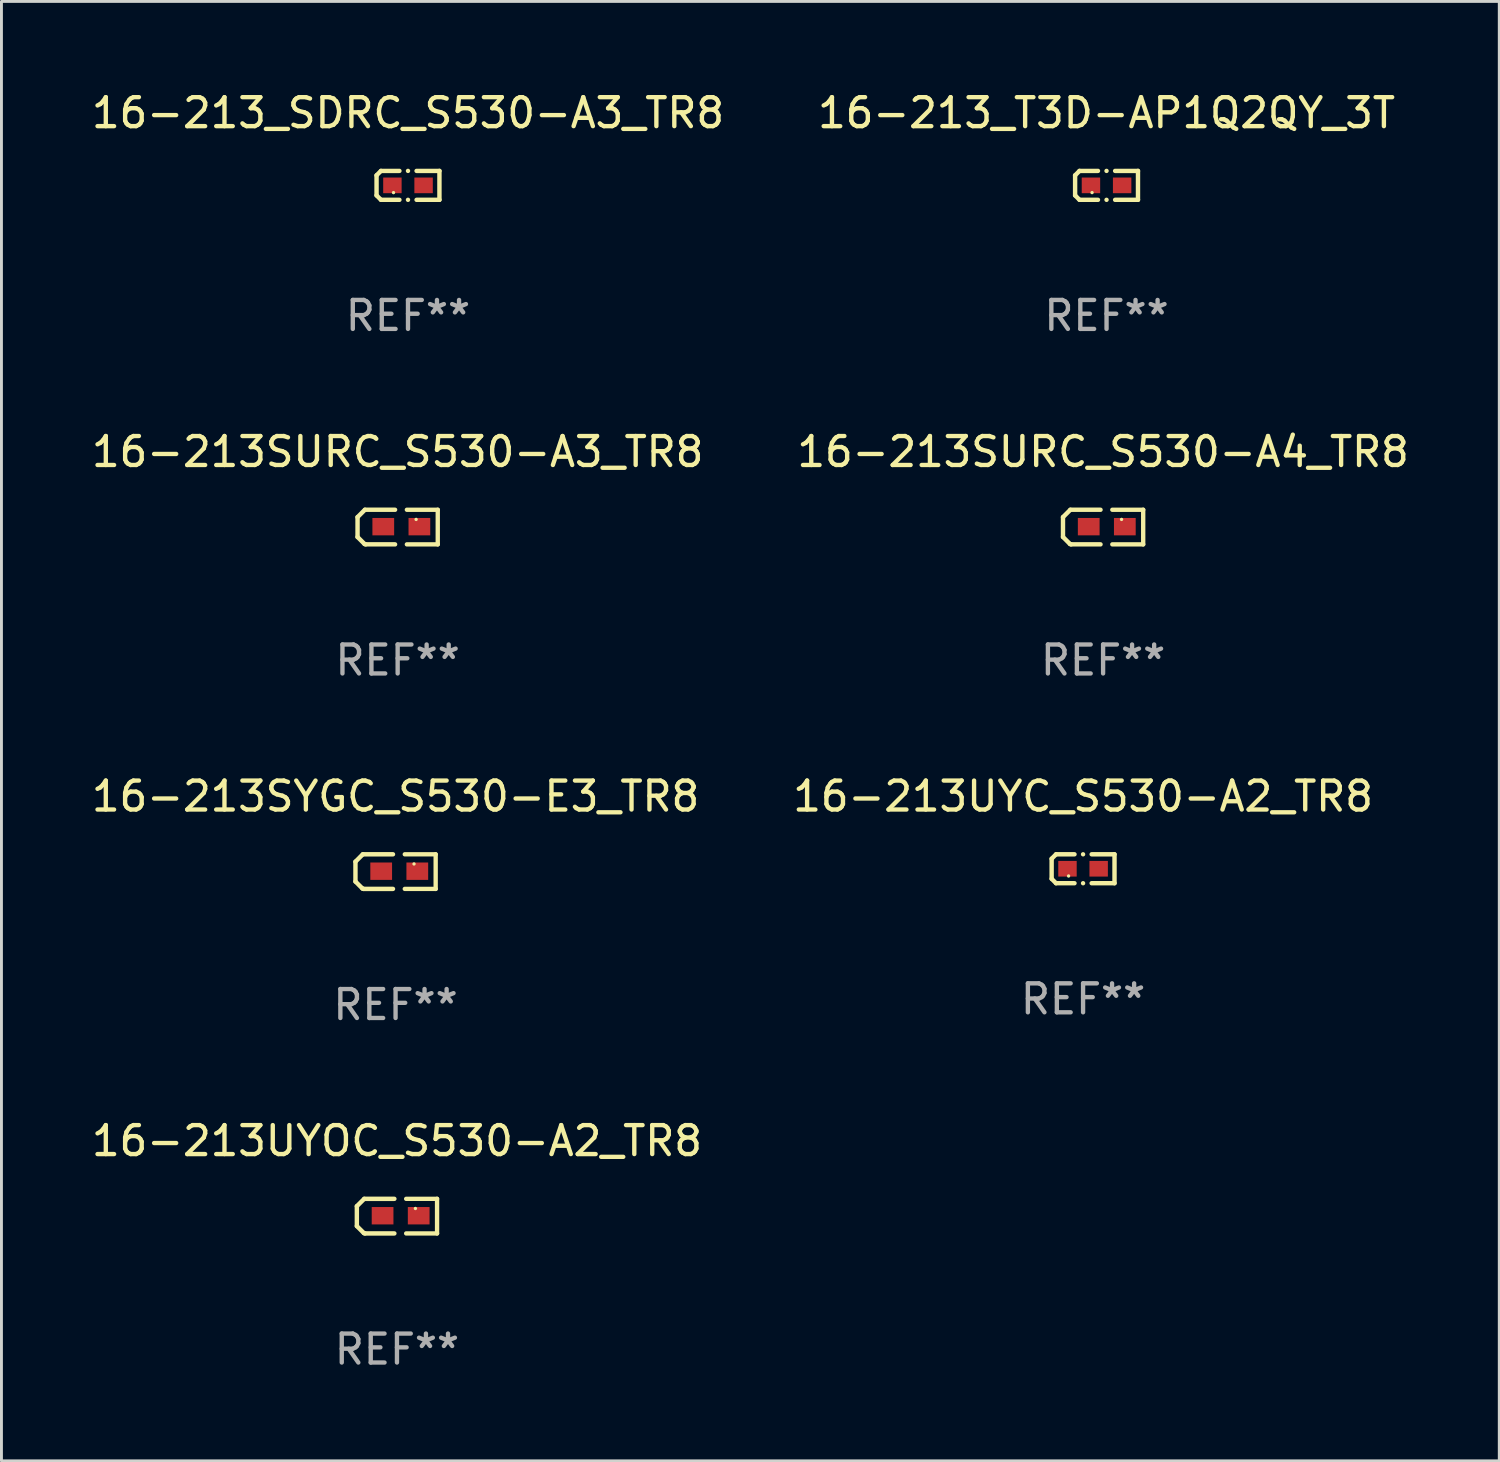
<source format=kicad_pcb>
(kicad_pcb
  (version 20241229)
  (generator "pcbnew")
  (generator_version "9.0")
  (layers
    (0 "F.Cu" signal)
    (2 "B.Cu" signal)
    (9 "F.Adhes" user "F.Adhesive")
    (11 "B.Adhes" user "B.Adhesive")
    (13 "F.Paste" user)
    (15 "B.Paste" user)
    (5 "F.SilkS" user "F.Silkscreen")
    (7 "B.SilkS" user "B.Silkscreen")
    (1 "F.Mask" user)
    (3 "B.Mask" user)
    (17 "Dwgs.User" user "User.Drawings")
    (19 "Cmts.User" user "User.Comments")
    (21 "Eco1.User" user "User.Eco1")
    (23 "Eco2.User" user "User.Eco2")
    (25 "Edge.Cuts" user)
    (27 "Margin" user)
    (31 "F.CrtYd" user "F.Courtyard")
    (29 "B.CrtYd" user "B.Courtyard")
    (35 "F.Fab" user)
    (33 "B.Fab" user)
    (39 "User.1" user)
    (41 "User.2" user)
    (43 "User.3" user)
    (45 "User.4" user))
  (footprint "16-213UYOC_S530-A2_TR8"
    (layer "F.Cu")
    (at 10.649 38.919)
    (property "Reference" "16-213UYOC_S530-A2_TR8" (at 0 -2.597 0) (layer "F.SilkS") (effects (font (size 1 1) (thickness 0.15))))
    (attr through_hole)
    (fp_line (start -1.384 -0.343) (end -1.13 -0.597) (stroke (width 0.152) (type solid)) (layer "F.SilkS"))
    (fp_line (start -1.384 0.343) (end -1.384 -0.343) (stroke (width 0.152) (type solid)) (layer "F.SilkS"))
    (fp_line (start -1.143 0.584) (end -1.384 0.343) (stroke (width 0.152) (type solid)) (layer "F.SilkS"))
    (fp_line (start -1.13 -0.597) (end -0.089 -0.597) (stroke (width 0.152) (type solid)) (layer "F.SilkS"))
    (fp_line (start -1.105 0.597) (end -1.143 0.584) (stroke (width 0.152) (type solid)) (layer "F.SilkS"))
    (fp_line (start -1.105 0.597) (end -0.089 0.597) (stroke (width 0.152) (type solid)) (layer "F.SilkS"))
    (fp_line (start 0.318 0.597) (end 1.384 0.597) (stroke (width 0.15) (type solid)) (layer "F.SilkS"))
    (fp_line (start 1.384 -0.597) (end 0.318 -0.597) (stroke (width 0.15) (type solid)) (layer "F.SilkS"))
    (fp_line (start 1.384 0.597) (end 1.384 -0.597) (stroke (width 0.15) (type solid)) (layer "F.SilkS"))
    (fp_circle (center 0.637 -0.264) (end 0.667 -0.264) (stroke (width 0.06) (type solid)) (fill no) (layer "F.SilkS"))
    (fp_text user "REF**" (at 0 4.597 0) (layer "F.Fab") (effects (font (size 1 1) (thickness 0.15))))
    (pad "1" smd rect (at 0.75 -0.014) (size 0.75 0.6) (layers "F.Cu" "F.Mask" "F.Paste"))
    (pad "2" smd rect (at -0.496 -0.014) (size 0.75 0.6) (layers "F.Cu" "F.Mask" "F.Paste")))
  (footprint "16-213SYGC_S530-E3_TR8"
    (layer "F.Cu")
    (at 10.601 27.029)
    (property "Reference" "16-213SYGC_S530-E3_TR8" (at 0 -2.597 0) (layer "F.SilkS") (effects (font (size 1 1) (thickness 0.15))))
    (attr through_hole)
    (fp_line (start -1.384 -0.343) (end -1.13 -0.597) (stroke (width 0.152) (type solid)) (layer "F.SilkS"))
    (fp_line (start -1.384 0.343) (end -1.384 -0.343) (stroke (width 0.152) (type solid)) (layer "F.SilkS"))
    (fp_line (start -1.143 0.584) (end -1.384 0.343) (stroke (width 0.152) (type solid)) (layer "F.SilkS"))
    (fp_line (start -1.13 -0.597) (end -0.089 -0.597) (stroke (width 0.152) (type solid)) (layer "F.SilkS"))
    (fp_line (start -1.105 0.597) (end -1.143 0.584) (stroke (width 0.152) (type solid)) (layer "F.SilkS"))
    (fp_line (start -1.105 0.597) (end -0.089 0.597) (stroke (width 0.152) (type solid)) (layer "F.SilkS"))
    (fp_line (start 0.318 0.597) (end 1.384 0.597) (stroke (width 0.15) (type solid)) (layer "F.SilkS"))
    (fp_line (start 1.384 -0.597) (end 0.318 -0.597) (stroke (width 0.15) (type solid)) (layer "F.SilkS"))
    (fp_line (start 1.384 0.597) (end 1.384 -0.597) (stroke (width 0.15) (type solid)) (layer "F.SilkS"))
    (fp_circle (center 0.637 -0.264) (end 0.667 -0.264) (stroke (width 0.06) (type solid)) (fill no) (layer "F.SilkS"))
    (fp_text user "REF**" (at 0 4.597 0) (layer "F.Fab") (effects (font (size 1 1) (thickness 0.15))))
    (pad "1" smd rect (at 0.75 -0.014) (size 0.75 0.6) (layers "F.Cu" "F.Mask" "F.Paste"))
    (pad "2" smd rect (at -0.496 -0.014) (size 0.75 0.6) (layers "F.Cu" "F.Mask" "F.Paste")))
  (footprint "16-213_SDRC_S530-A3_TR8"
    (layer "F.Cu")
    (at 11.03 3.347)
    (property "Reference" "16-213_SDRC_S530-A3_TR8" (at 0 -2.499 0) (layer "F.SilkS") (effects (font (size 1 1) (thickness 0.15))))
    (attr through_hole)
    (fp_line (start -1.085 -0.346) (end -0.933 -0.499) (stroke (width 0.152) (type solid)) (layer "F.SilkS"))
    (fp_line (start -1.085 0.346) (end -1.085 -0.346) (stroke (width 0.152) (type solid)) (layer "F.SilkS"))
    (fp_line (start -0.933 -0.499) (end -0.296 -0.499) (stroke (width 0.152) (type solid)) (layer "F.SilkS"))
    (fp_line (start -0.933 0.499) (end -1.085 0.346) (stroke (width 0.152) (type solid)) (layer "F.SilkS"))
    (fp_line (start -0.296 0.499) (end -0.933 0.499) (stroke (width 0.152) (type solid)) (layer "F.SilkS"))
    (fp_line (start 0.296 0.499) (end 1.085 0.499) (stroke (width 0.152) (type solid)) (layer "F.SilkS"))
    (fp_line (start 1.085 -0.499) (end 0.296 -0.499) (stroke (width 0.152) (type solid)) (layer "F.SilkS"))
    (fp_line (start 1.085 0.499) (end 1.085 -0.499) (stroke (width 0.152) (type solid)) (layer "F.SilkS"))
    (fp_circle (center -0.5 0.25) (end -0.47 0.25) (stroke (width 0.06) (type solid)) (fill no) (layer "F.SilkS"))
    (fp_circle (center 0 -0.499) (end 0.038 -0.499) (stroke (width 0.076) (type solid)) (fill no) (layer "F.SilkS"))
    (fp_circle (center 0 0.499) (end 0.038 0.499) (stroke (width 0.076) (type solid)) (fill no) (layer "F.SilkS"))
    (fp_text user "REF**" (at 0 4.499 0) (layer "F.Fab") (effects (font (size 1 1) (thickness 0.15))))
    (pad "1" smd rect (at -0.538 0) (size 0.636 0.54) (layers "F.Cu" "F.Mask" "F.Paste"))
    (pad "2" smd rect (at 0.538 0) (size 0.636 0.54) (layers "F.Cu" "F.Mask" "F.Paste")))
  (footprint "16-213_T3D-AP1Q2QY_3T"
    (layer "F.Cu")
    (at 35.137 3.347)
    (property "Reference" "16-213_T3D-AP1Q2QY_3T" (at 0 -2.499 0) (layer "F.SilkS") (effects (font (size 1 1) (thickness 0.15))))
    (attr through_hole)
    (fp_line (start -1.085 -0.346) (end -0.933 -0.499) (stroke (width 0.152) (type solid)) (layer "F.SilkS"))
    (fp_line (start -1.085 0.346) (end -1.085 -0.346) (stroke (width 0.152) (type solid)) (layer "F.SilkS"))
    (fp_line (start -0.933 -0.499) (end -0.296 -0.499) (stroke (width 0.152) (type solid)) (layer "F.SilkS"))
    (fp_line (start -0.933 0.499) (end -1.085 0.346) (stroke (width 0.152) (type solid)) (layer "F.SilkS"))
    (fp_line (start -0.296 0.499) (end -0.933 0.499) (stroke (width 0.152) (type solid)) (layer "F.SilkS"))
    (fp_line (start 0.296 0.499) (end 1.085 0.499) (stroke (width 0.152) (type solid)) (layer "F.SilkS"))
    (fp_line (start 1.085 -0.499) (end 0.296 -0.499) (stroke (width 0.152) (type solid)) (layer "F.SilkS"))
    (fp_line (start 1.085 0.499) (end 1.085 -0.499) (stroke (width 0.152) (type solid)) (layer "F.SilkS"))
    (fp_circle (center -0.5 0.25) (end -0.47 0.25) (stroke (width 0.06) (type solid)) (fill no) (layer "F.SilkS"))
    (fp_circle (center 0 -0.499) (end 0.038 -0.499) (stroke (width 0.076) (type solid)) (fill no) (layer "F.SilkS"))
    (fp_circle (center 0 0.499) (end 0.038 0.499) (stroke (width 0.076) (type solid)) (fill no) (layer "F.SilkS"))
    (fp_text user "REF**" (at 0 4.499 0) (layer "F.Fab") (effects (font (size 1 1) (thickness 0.15))))
    (pad "1" smd rect (at -0.538 0) (size 0.636 0.54) (layers "F.Cu" "F.Mask" "F.Paste"))
    (pad "2" smd rect (at 0.538 0) (size 0.636 0.54) (layers "F.Cu" "F.Mask" "F.Paste")))
  (footprint "16-213SURC_S530-A4_TR8"
    (layer "F.Cu")
    (at 35.018 15.139)
    (property "Reference" "16-213SURC_S530-A4_TR8" (at 0 -2.597 0) (layer "F.SilkS") (effects (font (size 1 1) (thickness 0.15))))
    (attr through_hole)
    (fp_line (start -1.384 -0.343) (end -1.13 -0.597) (stroke (width 0.152) (type solid)) (layer "F.SilkS"))
    (fp_line (start -1.384 0.343) (end -1.384 -0.343) (stroke (width 0.152) (type solid)) (layer "F.SilkS"))
    (fp_line (start -1.143 0.584) (end -1.384 0.343) (stroke (width 0.152) (type solid)) (layer "F.SilkS"))
    (fp_line (start -1.13 -0.597) (end -0.089 -0.597) (stroke (width 0.152) (type solid)) (layer "F.SilkS"))
    (fp_line (start -1.105 0.597) (end -1.143 0.584) (stroke (width 0.152) (type solid)) (layer "F.SilkS"))
    (fp_line (start -1.105 0.597) (end -0.089 0.597) (stroke (width 0.152) (type solid)) (layer "F.SilkS"))
    (fp_line (start 0.318 0.597) (end 1.384 0.597) (stroke (width 0.15) (type solid)) (layer "F.SilkS"))
    (fp_line (start 1.384 -0.597) (end 0.318 -0.597) (stroke (width 0.15) (type solid)) (layer "F.SilkS"))
    (fp_line (start 1.384 0.597) (end 1.384 -0.597) (stroke (width 0.15) (type solid)) (layer "F.SilkS"))
    (fp_circle (center 0.637 -0.264) (end 0.667 -0.264) (stroke (width 0.06) (type solid)) (fill no) (layer "F.SilkS"))
    (fp_text user "REF**" (at 0 4.597 0) (layer "F.Fab") (effects (font (size 1 1) (thickness 0.15))))
    (pad "1" smd rect (at 0.75 -0.014) (size 0.75 0.6) (layers "F.Cu" "F.Mask" "F.Paste"))
    (pad "2" smd rect (at -0.496 -0.014) (size 0.75 0.6) (layers "F.Cu" "F.Mask" "F.Paste")))
  (footprint "16-213UYC_S530-A2_TR8"
    (layer "F.Cu")
    (at 34.327 26.931)
    (property "Reference" "16-213UYC_S530-A2_TR8" (at 0 -2.499 0) (layer "F.SilkS") (effects (font (size 1 1) (thickness 0.15))))
    (attr through_hole)
    (fp_line (start -1.085 -0.346) (end -0.933 -0.499) (stroke (width 0.152) (type solid)) (layer "F.SilkS"))
    (fp_line (start -1.085 0.346) (end -1.085 -0.346) (stroke (width 0.152) (type solid)) (layer "F.SilkS"))
    (fp_line (start -0.933 -0.499) (end -0.296 -0.499) (stroke (width 0.152) (type solid)) (layer "F.SilkS"))
    (fp_line (start -0.933 0.499) (end -1.085 0.346) (stroke (width 0.152) (type solid)) (layer "F.SilkS"))
    (fp_line (start -0.296 0.499) (end -0.933 0.499) (stroke (width 0.152) (type solid)) (layer "F.SilkS"))
    (fp_line (start 0.296 0.499) (end 1.085 0.499) (stroke (width 0.152) (type solid)) (layer "F.SilkS"))
    (fp_line (start 1.085 -0.499) (end 0.296 -0.499) (stroke (width 0.152) (type solid)) (layer "F.SilkS"))
    (fp_line (start 1.085 0.499) (end 1.085 -0.499) (stroke (width 0.152) (type solid)) (layer "F.SilkS"))
    (fp_circle (center -0.5 0.25) (end -0.47 0.25) (stroke (width 0.06) (type solid)) (fill no) (layer "F.SilkS"))
    (fp_circle (center 0 -0.499) (end 0.038 -0.499) (stroke (width 0.076) (type solid)) (fill no) (layer "F.SilkS"))
    (fp_circle (center 0 0.499) (end 0.038 0.499) (stroke (width 0.076) (type solid)) (fill no) (layer "F.SilkS"))
    (fp_text user "REF**" (at 0 4.499 0) (layer "F.Fab") (effects (font (size 1 1) (thickness 0.15))))
    (pad "1" smd rect (at -0.538 0) (size 0.636 0.54) (layers "F.Cu" "F.Mask" "F.Paste"))
    (pad "2" smd rect (at 0.538 0) (size 0.636 0.54) (layers "F.Cu" "F.Mask" "F.Paste")))
  (footprint "16-213SURC_S530-A3_TR8"
    (layer "F.Cu")
    (at 10.673 15.139)
    (property "Reference" "16-213SURC_S530-A3_TR8" (at 0 -2.597 0) (layer "F.SilkS") (effects (font (size 1 1) (thickness 0.15))))
    (attr through_hole)
    (fp_line (start -1.384 -0.343) (end -1.13 -0.597) (stroke (width 0.152) (type solid)) (layer "F.SilkS"))
    (fp_line (start -1.384 0.343) (end -1.384 -0.343) (stroke (width 0.152) (type solid)) (layer "F.SilkS"))
    (fp_line (start -1.143 0.584) (end -1.384 0.343) (stroke (width 0.152) (type solid)) (layer "F.SilkS"))
    (fp_line (start -1.13 -0.597) (end -0.089 -0.597) (stroke (width 0.152) (type solid)) (layer "F.SilkS"))
    (fp_line (start -1.105 0.597) (end -1.143 0.584) (stroke (width 0.152) (type solid)) (layer "F.SilkS"))
    (fp_line (start -1.105 0.597) (end -0.089 0.597) (stroke (width 0.152) (type solid)) (layer "F.SilkS"))
    (fp_line (start 0.318 0.597) (end 1.384 0.597) (stroke (width 0.15) (type solid)) (layer "F.SilkS"))
    (fp_line (start 1.384 -0.597) (end 0.318 -0.597) (stroke (width 0.15) (type solid)) (layer "F.SilkS"))
    (fp_line (start 1.384 0.597) (end 1.384 -0.597) (stroke (width 0.15) (type solid)) (layer "F.SilkS"))
    (fp_circle (center 0.637 -0.264) (end 0.667 -0.264) (stroke (width 0.06) (type solid)) (fill no) (layer "F.SilkS"))
    (fp_text user "REF**" (at 0 4.597 0) (layer "F.Fab") (effects (font (size 1 1) (thickness 0.15))))
    (pad "1" smd rect (at 0.75 -0.014) (size 0.75 0.6) (layers "F.Cu" "F.Mask" "F.Paste"))
    (pad "2" smd rect (at -0.496 -0.014) (size 0.75 0.6) (layers "F.Cu" "F.Mask" "F.Paste")))
  (gr_rect
    (start -3 -3)
    (end 48.69 47.365)
    (stroke (width 0.1) (type default))
    (fill no)
    (layer "Edge.Cuts")))
</source>
